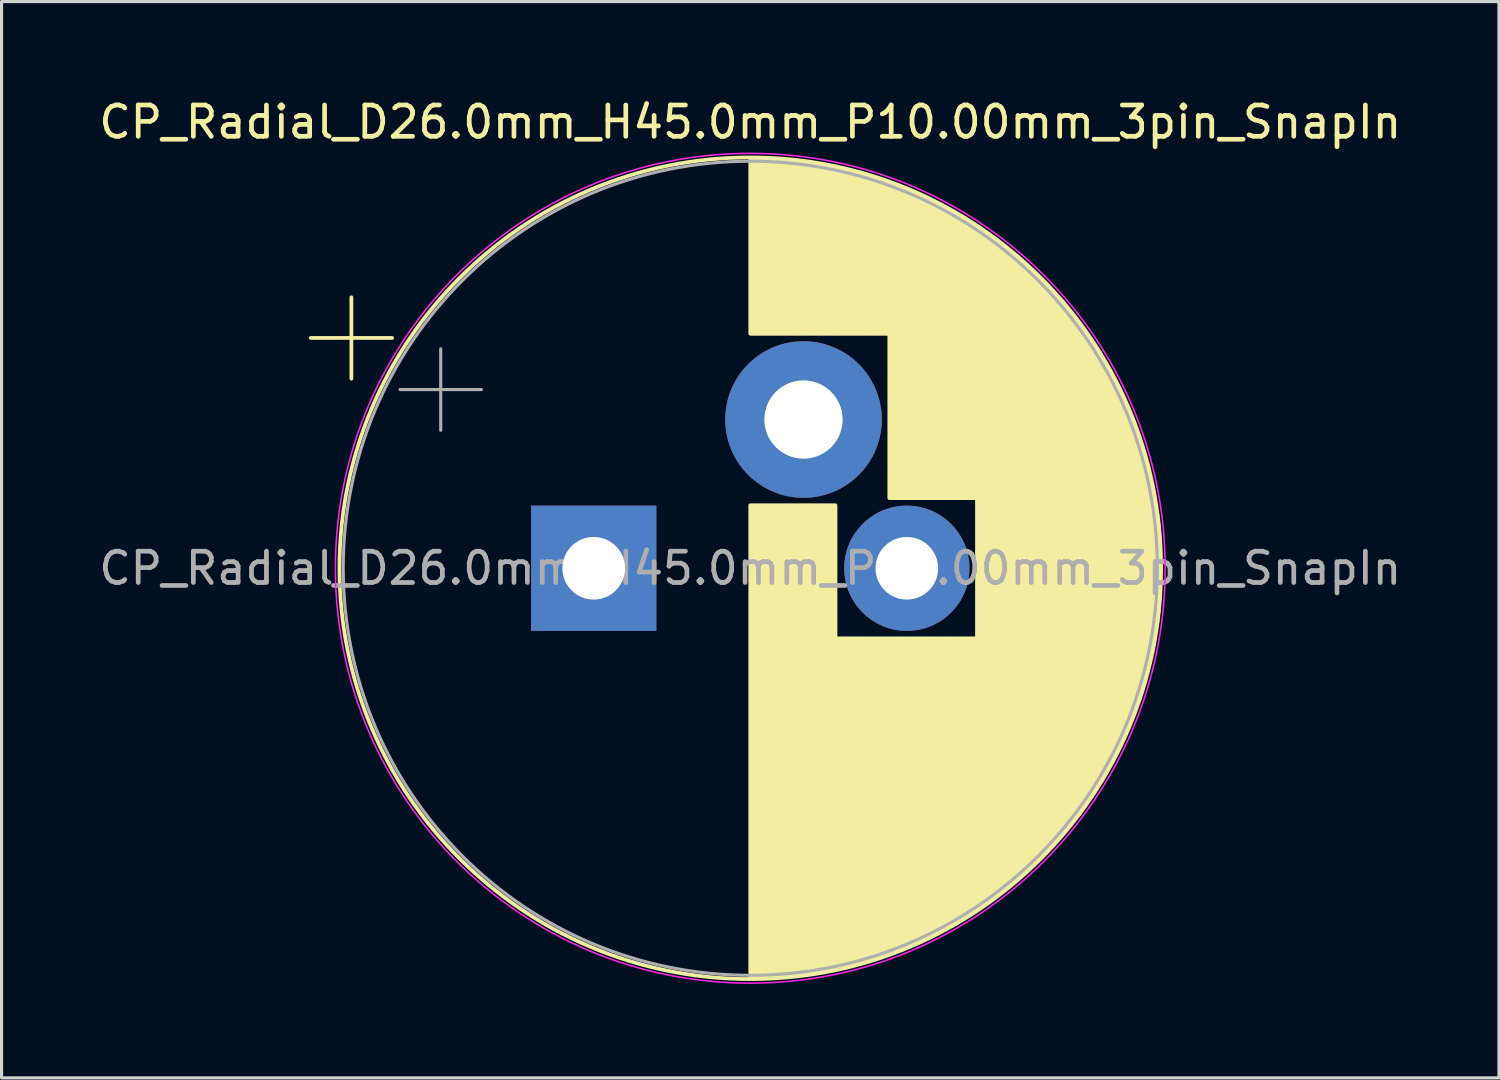
<source format=kicad_pcb>
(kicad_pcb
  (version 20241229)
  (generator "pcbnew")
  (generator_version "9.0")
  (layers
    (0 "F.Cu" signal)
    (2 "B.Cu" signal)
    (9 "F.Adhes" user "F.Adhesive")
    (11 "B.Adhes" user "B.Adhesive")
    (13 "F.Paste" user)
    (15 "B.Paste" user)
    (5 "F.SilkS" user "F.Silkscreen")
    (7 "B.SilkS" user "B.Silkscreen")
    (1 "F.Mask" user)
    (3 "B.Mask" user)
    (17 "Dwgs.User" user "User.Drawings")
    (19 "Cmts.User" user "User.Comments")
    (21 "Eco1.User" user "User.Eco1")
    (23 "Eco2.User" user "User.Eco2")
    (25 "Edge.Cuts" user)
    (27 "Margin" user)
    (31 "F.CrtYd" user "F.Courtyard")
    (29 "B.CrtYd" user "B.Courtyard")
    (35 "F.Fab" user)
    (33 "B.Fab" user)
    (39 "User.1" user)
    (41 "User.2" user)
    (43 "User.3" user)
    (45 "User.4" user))
  (footprint "CP_Radial_D26.0mm_H45.0mm_P10.00mm_3pin_SnapIn"
    (layer "F.Cu")
    (at 15.911 15.098)
    (property "Reference" "CP_Radial_D26.0mm_H45.0mm_P10.00mm_3pin_SnapIn" (at 5 -14.25 0) (layer "F.SilkS") (effects (font (size 1 1) (thickness 0.15))))
    (attr through_hole)
    (fp_line (start -9.039 -7.355) (end -6.439 -7.355) (stroke (width 0.12) (type solid)) (layer "F.SilkS"))
    (fp_line (start -7.739 -8.655) (end -7.739 -6.055) (stroke (width 0.12) (type solid)) (layer "F.SilkS"))
    (fp_line (start 5 -13.081) (end 5 -7.49) (stroke (width 0.12) (type solid)) (layer "F.SilkS"))
    (fp_line (start 5 -2.01) (end 5 13.081) (stroke (width 0.12) (type solid)) (layer "F.SilkS"))
    (fp_line (start 5.04 -13.08) (end 5.04 -7.49) (stroke (width 0.12) (type solid)) (layer "F.SilkS"))
    (fp_line (start 5.04 -2.01) (end 5.04 13.08) (stroke (width 0.12) (type solid)) (layer "F.SilkS"))
    (fp_line (start 5.08 -13.08) (end 5.08 -7.49) (stroke (width 0.12) (type solid)) (layer "F.SilkS"))
    (fp_line (start 5.08 -2.01) (end 5.08 13.08) (stroke (width 0.12) (type solid)) (layer "F.SilkS"))
    (fp_line (start 5.12 -13.08) (end 5.12 -7.49) (stroke (width 0.12) (type solid)) (layer "F.SilkS"))
    (fp_line (start 5.12 -2.01) (end 5.12 13.08) (stroke (width 0.12) (type solid)) (layer "F.SilkS"))
    (fp_line (start 5.16 -13.08) (end 5.16 -7.49) (stroke (width 0.12) (type solid)) (layer "F.SilkS"))
    (fp_line (start 5.16 -2.01) (end 5.16 13.08) (stroke (width 0.12) (type solid)) (layer "F.SilkS"))
    (fp_line (start 5.2 -13.079) (end 5.2 -7.49) (stroke (width 0.12) (type solid)) (layer "F.SilkS"))
    (fp_line (start 5.2 -2.01) (end 5.2 13.079) (stroke (width 0.12) (type solid)) (layer "F.SilkS"))
    (fp_line (start 5.24 -13.078) (end 5.24 -7.49) (stroke (width 0.12) (type solid)) (layer "F.SilkS"))
    (fp_line (start 5.24 -2.01) (end 5.24 13.078) (stroke (width 0.12) (type solid)) (layer "F.SilkS"))
    (fp_line (start 5.28 -13.078) (end 5.28 -7.49) (stroke (width 0.12) (type solid)) (layer "F.SilkS"))
    (fp_line (start 5.28 -2.01) (end 5.28 13.078) (stroke (width 0.12) (type solid)) (layer "F.SilkS"))
    (fp_line (start 5.32 -13.077) (end 5.32 -7.49) (stroke (width 0.12) (type solid)) (layer "F.SilkS"))
    (fp_line (start 5.32 -2.01) (end 5.32 13.077) (stroke (width 0.12) (type solid)) (layer "F.SilkS"))
    (fp_line (start 5.36 -13.076) (end 5.36 -7.49) (stroke (width 0.12) (type solid)) (layer "F.SilkS"))
    (fp_line (start 5.36 -2.01) (end 5.36 13.076) (stroke (width 0.12) (type solid)) (layer "F.SilkS"))
    (fp_line (start 5.4 -13.074) (end 5.4 -7.49) (stroke (width 0.12) (type solid)) (layer "F.SilkS"))
    (fp_line (start 5.4 -2.01) (end 5.4 13.074) (stroke (width 0.12) (type solid)) (layer "F.SilkS"))
    (fp_line (start 5.44 -13.073) (end 5.44 -7.49) (stroke (width 0.12) (type solid)) (layer "F.SilkS"))
    (fp_line (start 5.44 -2.01) (end 5.44 13.073) (stroke (width 0.12) (type solid)) (layer "F.SilkS"))
    (fp_line (start 5.48 -13.072) (end 5.48 -7.49) (stroke (width 0.12) (type solid)) (layer "F.SilkS"))
    (fp_line (start 5.48 -2.01) (end 5.48 13.072) (stroke (width 0.12) (type solid)) (layer "F.SilkS"))
    (fp_line (start 5.52 -13.07) (end 5.52 -7.49) (stroke (width 0.12) (type solid)) (layer "F.SilkS"))
    (fp_line (start 5.52 -2.01) (end 5.52 13.07) (stroke (width 0.12) (type solid)) (layer "F.SilkS"))
    (fp_line (start 5.56 -13.069) (end 5.56 -7.49) (stroke (width 0.12) (type solid)) (layer "F.SilkS"))
    (fp_line (start 5.56 -2.01) (end 5.56 13.069) (stroke (width 0.12) (type solid)) (layer "F.SilkS"))
    (fp_line (start 5.6 -13.067) (end 5.6 -7.49) (stroke (width 0.12) (type solid)) (layer "F.SilkS"))
    (fp_line (start 5.6 -2.01) (end 5.6 13.067) (stroke (width 0.12) (type solid)) (layer "F.SilkS"))
    (fp_line (start 5.64 -13.065) (end 5.64 -7.49) (stroke (width 0.12) (type solid)) (layer "F.SilkS"))
    (fp_line (start 5.64 -2.01) (end 5.64 13.065) (stroke (width 0.12) (type solid)) (layer "F.SilkS"))
    (fp_line (start 5.68 -13.063) (end 5.68 -7.49) (stroke (width 0.12) (type solid)) (layer "F.SilkS"))
    (fp_line (start 5.68 -2.01) (end 5.68 13.063) (stroke (width 0.12) (type solid)) (layer "F.SilkS"))
    (fp_line (start 5.721 -13.061) (end 5.721 -7.49) (stroke (width 0.12) (type solid)) (layer "F.SilkS"))
    (fp_line (start 5.721 -2.01) (end 5.721 13.061) (stroke (width 0.12) (type solid)) (layer "F.SilkS"))
    (fp_line (start 5.761 -13.058) (end 5.761 -7.49) (stroke (width 0.12) (type solid)) (layer "F.SilkS"))
    (fp_line (start 5.761 -2.01) (end 5.761 13.058) (stroke (width 0.12) (type solid)) (layer "F.SilkS"))
    (fp_line (start 5.801 -13.056) (end 5.801 -7.49) (stroke (width 0.12) (type solid)) (layer "F.SilkS"))
    (fp_line (start 5.801 -2.01) (end 5.801 13.056) (stroke (width 0.12) (type solid)) (layer "F.SilkS"))
    (fp_line (start 5.841 -13.054) (end 5.841 -7.49) (stroke (width 0.12) (type solid)) (layer "F.SilkS"))
    (fp_line (start 5.841 -2.01) (end 5.841 13.054) (stroke (width 0.12) (type solid)) (layer "F.SilkS"))
    (fp_line (start 5.881 -13.051) (end 5.881 -7.49) (stroke (width 0.12) (type solid)) (layer "F.SilkS"))
    (fp_line (start 5.881 -2.01) (end 5.881 13.051) (stroke (width 0.12) (type solid)) (layer "F.SilkS"))
    (fp_line (start 5.921 -13.048) (end 5.921 -7.49) (stroke (width 0.12) (type solid)) (layer "F.SilkS"))
    (fp_line (start 5.921 -2.01) (end 5.921 13.048) (stroke (width 0.12) (type solid)) (layer "F.SilkS"))
    (fp_line (start 5.961 -13.045) (end 5.961 -7.49) (stroke (width 0.12) (type solid)) (layer "F.SilkS"))
    (fp_line (start 5.961 -2.01) (end 5.961 13.045) (stroke (width 0.12) (type solid)) (layer "F.SilkS"))
    (fp_line (start 6.001 -13.042) (end 6.001 -7.49) (stroke (width 0.12) (type solid)) (layer "F.SilkS"))
    (fp_line (start 6.001 -2.01) (end 6.001 13.042) (stroke (width 0.12) (type solid)) (layer "F.SilkS"))
    (fp_line (start 6.041 -13.039) (end 6.041 -7.49) (stroke (width 0.12) (type solid)) (layer "F.SilkS"))
    (fp_line (start 6.041 -2.01) (end 6.041 13.039) (stroke (width 0.12) (type solid)) (layer "F.SilkS"))
    (fp_line (start 6.081 -13.036) (end 6.081 -7.49) (stroke (width 0.12) (type solid)) (layer "F.SilkS"))
    (fp_line (start 6.081 -2.01) (end 6.081 13.036) (stroke (width 0.12) (type solid)) (layer "F.SilkS"))
    (fp_line (start 6.121 -13.033) (end 6.121 -7.49) (stroke (width 0.12) (type solid)) (layer "F.SilkS"))
    (fp_line (start 6.121 -2.01) (end 6.121 13.033) (stroke (width 0.12) (type solid)) (layer "F.SilkS"))
    (fp_line (start 6.161 -13.029) (end 6.161 -7.49) (stroke (width 0.12) (type solid)) (layer "F.SilkS"))
    (fp_line (start 6.161 -2.01) (end 6.161 13.029) (stroke (width 0.12) (type solid)) (layer "F.SilkS"))
    (fp_line (start 6.201 -13.026) (end 6.201 -7.49) (stroke (width 0.12) (type solid)) (layer "F.SilkS"))
    (fp_line (start 6.201 -2.01) (end 6.201 13.026) (stroke (width 0.12) (type solid)) (layer "F.SilkS"))
    (fp_line (start 6.241 -13.022) (end 6.241 -7.49) (stroke (width 0.12) (type solid)) (layer "F.SilkS"))
    (fp_line (start 6.241 -2.01) (end 6.241 13.022) (stroke (width 0.12) (type solid)) (layer "F.SilkS"))
    (fp_line (start 6.281 -13.018) (end 6.281 -7.49) (stroke (width 0.12) (type solid)) (layer "F.SilkS"))
    (fp_line (start 6.281 -2.01) (end 6.281 13.018) (stroke (width 0.12) (type solid)) (layer "F.SilkS"))
    (fp_line (start 6.321 -13.014) (end 6.321 -7.49) (stroke (width 0.12) (type solid)) (layer "F.SilkS"))
    (fp_line (start 6.321 -2.01) (end 6.321 13.014) (stroke (width 0.12) (type solid)) (layer "F.SilkS"))
    (fp_line (start 6.361 -13.01) (end 6.361 -7.49) (stroke (width 0.12) (type solid)) (layer "F.SilkS"))
    (fp_line (start 6.361 -2.01) (end 6.361 13.01) (stroke (width 0.12) (type solid)) (layer "F.SilkS"))
    (fp_line (start 6.401 -13.006) (end 6.401 -7.49) (stroke (width 0.12) (type solid)) (layer "F.SilkS"))
    (fp_line (start 6.401 -2.01) (end 6.401 13.006) (stroke (width 0.12) (type solid)) (layer "F.SilkS"))
    (fp_line (start 6.441 -13.001) (end 6.441 -7.49) (stroke (width 0.12) (type solid)) (layer "F.SilkS"))
    (fp_line (start 6.441 -2.01) (end 6.441 13.001) (stroke (width 0.12) (type solid)) (layer "F.SilkS"))
    (fp_line (start 6.481 -12.997) (end 6.481 -7.49) (stroke (width 0.12) (type solid)) (layer "F.SilkS"))
    (fp_line (start 6.481 -2.01) (end 6.481 12.997) (stroke (width 0.12) (type solid)) (layer "F.SilkS"))
    (fp_line (start 6.521 -12.992) (end 6.521 -7.49) (stroke (width 0.12) (type solid)) (layer "F.SilkS"))
    (fp_line (start 6.521 -2.01) (end 6.521 12.992) (stroke (width 0.12) (type solid)) (layer "F.SilkS"))
    (fp_line (start 6.561 -12.987) (end 6.561 -7.49) (stroke (width 0.12) (type solid)) (layer "F.SilkS"))
    (fp_line (start 6.561 -2.01) (end 6.561 12.987) (stroke (width 0.12) (type solid)) (layer "F.SilkS"))
    (fp_line (start 6.601 -12.983) (end 6.601 -7.49) (stroke (width 0.12) (type solid)) (layer "F.SilkS"))
    (fp_line (start 6.601 -2.01) (end 6.601 12.983) (stroke (width 0.12) (type solid)) (layer "F.SilkS"))
    (fp_line (start 6.641 -12.978) (end 6.641 -7.49) (stroke (width 0.12) (type solid)) (layer "F.SilkS"))
    (fp_line (start 6.641 -2.01) (end 6.641 12.978) (stroke (width 0.12) (type solid)) (layer "F.SilkS"))
    (fp_line (start 6.681 -12.972) (end 6.681 -7.49) (stroke (width 0.12) (type solid)) (layer "F.SilkS"))
    (fp_line (start 6.681 -2.01) (end 6.681 12.972) (stroke (width 0.12) (type solid)) (layer "F.SilkS"))
    (fp_line (start 6.721 -12.967) (end 6.721 -7.49) (stroke (width 0.12) (type solid)) (layer "F.SilkS"))
    (fp_line (start 6.721 -2.01) (end 6.721 12.967) (stroke (width 0.12) (type solid)) (layer "F.SilkS"))
    (fp_line (start 6.761 -12.962) (end 6.761 -7.49) (stroke (width 0.12) (type solid)) (layer "F.SilkS"))
    (fp_line (start 6.761 -2.01) (end 6.761 12.962) (stroke (width 0.12) (type solid)) (layer "F.SilkS"))
    (fp_line (start 6.801 -12.956) (end 6.801 -7.49) (stroke (width 0.12) (type solid)) (layer "F.SilkS"))
    (fp_line (start 6.801 -2.01) (end 6.801 12.956) (stroke (width 0.12) (type solid)) (layer "F.SilkS"))
    (fp_line (start 6.841 -12.951) (end 6.841 -7.49) (stroke (width 0.12) (type solid)) (layer "F.SilkS"))
    (fp_line (start 6.841 -2.01) (end 6.841 12.951) (stroke (width 0.12) (type solid)) (layer "F.SilkS"))
    (fp_line (start 6.881 -12.945) (end 6.881 -7.49) (stroke (width 0.12) (type solid)) (layer "F.SilkS"))
    (fp_line (start 6.881 -2.01) (end 6.881 12.945) (stroke (width 0.12) (type solid)) (layer "F.SilkS"))
    (fp_line (start 6.921 -12.939) (end 6.921 -7.49) (stroke (width 0.12) (type solid)) (layer "F.SilkS"))
    (fp_line (start 6.921 -2.01) (end 6.921 12.939) (stroke (width 0.12) (type solid)) (layer "F.SilkS"))
    (fp_line (start 6.961 -12.933) (end 6.961 -7.49) (stroke (width 0.12) (type solid)) (layer "F.SilkS"))
    (fp_line (start 6.961 -2.01) (end 6.961 12.933) (stroke (width 0.12) (type solid)) (layer "F.SilkS"))
    (fp_line (start 7.001 -12.927) (end 7.001 -7.49) (stroke (width 0.12) (type solid)) (layer "F.SilkS"))
    (fp_line (start 7.001 -2.01) (end 7.001 12.927) (stroke (width 0.12) (type solid)) (layer "F.SilkS"))
    (fp_line (start 7.041 -12.921) (end 7.041 -7.49) (stroke (width 0.12) (type solid)) (layer "F.SilkS"))
    (fp_line (start 7.041 -2.01) (end 7.041 12.921) (stroke (width 0.12) (type solid)) (layer "F.SilkS"))
    (fp_line (start 7.081 -12.915) (end 7.081 -7.49) (stroke (width 0.12) (type solid)) (layer "F.SilkS"))
    (fp_line (start 7.081 -2.01) (end 7.081 12.915) (stroke (width 0.12) (type solid)) (layer "F.SilkS"))
    (fp_line (start 7.121 -12.908) (end 7.121 -7.49) (stroke (width 0.12) (type solid)) (layer "F.SilkS"))
    (fp_line (start 7.121 -2.01) (end 7.121 12.908) (stroke (width 0.12) (type solid)) (layer "F.SilkS"))
    (fp_line (start 7.161 -12.901) (end 7.161 -7.49) (stroke (width 0.12) (type solid)) (layer "F.SilkS"))
    (fp_line (start 7.161 -2.01) (end 7.161 12.901) (stroke (width 0.12) (type solid)) (layer "F.SilkS"))
    (fp_line (start 7.201 -12.895) (end 7.201 -7.49) (stroke (width 0.12) (type solid)) (layer "F.SilkS"))
    (fp_line (start 7.201 -2.01) (end 7.201 12.895) (stroke (width 0.12) (type solid)) (layer "F.SilkS"))
    (fp_line (start 7.241 -12.888) (end 7.241 -7.49) (stroke (width 0.12) (type solid)) (layer "F.SilkS"))
    (fp_line (start 7.241 -2.01) (end 7.241 12.888) (stroke (width 0.12) (type solid)) (layer "F.SilkS"))
    (fp_line (start 7.281 -12.881) (end 7.281 -7.49) (stroke (width 0.12) (type solid)) (layer "F.SilkS"))
    (fp_line (start 7.281 -2.01) (end 7.281 12.881) (stroke (width 0.12) (type solid)) (layer "F.SilkS"))
    (fp_line (start 7.321 -12.874) (end 7.321 -7.49) (stroke (width 0.12) (type solid)) (layer "F.SilkS"))
    (fp_line (start 7.321 -2.01) (end 7.321 12.874) (stroke (width 0.12) (type solid)) (layer "F.SilkS"))
    (fp_line (start 7.361 -12.866) (end 7.361 -7.49) (stroke (width 0.12) (type solid)) (layer "F.SilkS"))
    (fp_line (start 7.361 -2.01) (end 7.361 12.866) (stroke (width 0.12) (type solid)) (layer "F.SilkS"))
    (fp_line (start 7.401 -12.859) (end 7.401 -7.49) (stroke (width 0.12) (type solid)) (layer "F.SilkS"))
    (fp_line (start 7.401 -2.01) (end 7.401 12.859) (stroke (width 0.12) (type solid)) (layer "F.SilkS"))
    (fp_line (start 7.441 -12.852) (end 7.441 -7.49) (stroke (width 0.12) (type solid)) (layer "F.SilkS"))
    (fp_line (start 7.441 -2.01) (end 7.441 12.852) (stroke (width 0.12) (type solid)) (layer "F.SilkS"))
    (fp_line (start 7.481 -12.844) (end 7.481 -7.49) (stroke (width 0.12) (type solid)) (layer "F.SilkS"))
    (fp_line (start 7.481 -2.01) (end 7.481 12.844) (stroke (width 0.12) (type solid)) (layer "F.SilkS"))
    (fp_line (start 7.521 -12.836) (end 7.521 -7.49) (stroke (width 0.12) (type solid)) (layer "F.SilkS"))
    (fp_line (start 7.521 -2.01) (end 7.521 12.836) (stroke (width 0.12) (type solid)) (layer "F.SilkS"))
    (fp_line (start 7.561 -12.828) (end 7.561 -7.49) (stroke (width 0.12) (type solid)) (layer "F.SilkS"))
    (fp_line (start 7.561 -2.01) (end 7.561 12.828) (stroke (width 0.12) (type solid)) (layer "F.SilkS"))
    (fp_line (start 7.601 -12.82) (end 7.601 -7.49) (stroke (width 0.12) (type solid)) (layer "F.SilkS"))
    (fp_line (start 7.601 -2.01) (end 7.601 12.82) (stroke (width 0.12) (type solid)) (layer "F.SilkS"))
    (fp_line (start 7.641 -12.812) (end 7.641 -7.49) (stroke (width 0.12) (type solid)) (layer "F.SilkS"))
    (fp_line (start 7.641 -2.01) (end 7.641 12.812) (stroke (width 0.12) (type solid)) (layer "F.SilkS"))
    (fp_line (start 7.681 -12.804) (end 7.681 -7.49) (stroke (width 0.12) (type solid)) (layer "F.SilkS"))
    (fp_line (start 7.681 -2.01) (end 7.681 12.804) (stroke (width 0.12) (type solid)) (layer "F.SilkS"))
    (fp_line (start 7.721 -12.795) (end 7.721 -7.49) (stroke (width 0.12) (type solid)) (layer "F.SilkS"))
    (fp_line (start 7.721 -2.01) (end 7.721 12.795) (stroke (width 0.12) (type solid)) (layer "F.SilkS"))
    (fp_line (start 7.761 -12.787) (end 7.761 -7.49) (stroke (width 0.12) (type solid)) (layer "F.SilkS"))
    (fp_line (start 7.761 2.24) (end 7.761 12.787) (stroke (width 0.12) (type solid)) (layer "F.SilkS"))
    (fp_line (start 7.801 -12.778) (end 7.801 -7.49) (stroke (width 0.12) (type solid)) (layer "F.SilkS"))
    (fp_line (start 7.801 2.24) (end 7.801 12.778) (stroke (width 0.12) (type solid)) (layer "F.SilkS"))
    (fp_line (start 7.841 -12.769) (end 7.841 -7.49) (stroke (width 0.12) (type solid)) (layer "F.SilkS"))
    (fp_line (start 7.841 2.24) (end 7.841 12.769) (stroke (width 0.12) (type solid)) (layer "F.SilkS"))
    (fp_line (start 7.881 -12.761) (end 7.881 -7.49) (stroke (width 0.12) (type solid)) (layer "F.SilkS"))
    (fp_line (start 7.881 2.24) (end 7.881 12.761) (stroke (width 0.12) (type solid)) (layer "F.SilkS"))
    (fp_line (start 7.921 -12.751) (end 7.921 -7.49) (stroke (width 0.12) (type solid)) (layer "F.SilkS"))
    (fp_line (start 7.921 2.24) (end 7.921 12.751) (stroke (width 0.12) (type solid)) (layer "F.SilkS"))
    (fp_line (start 7.961 -12.742) (end 7.961 -7.49) (stroke (width 0.12) (type solid)) (layer "F.SilkS"))
    (fp_line (start 7.961 2.24) (end 7.961 12.742) (stroke (width 0.12) (type solid)) (layer "F.SilkS"))
    (fp_line (start 8.001 -12.733) (end 8.001 -7.49) (stroke (width 0.12) (type solid)) (layer "F.SilkS"))
    (fp_line (start 8.001 2.24) (end 8.001 12.733) (stroke (width 0.12) (type solid)) (layer "F.SilkS"))
    (fp_line (start 8.041 -12.723) (end 8.041 -7.49) (stroke (width 0.12) (type solid)) (layer "F.SilkS"))
    (fp_line (start 8.041 2.24) (end 8.041 12.723) (stroke (width 0.12) (type solid)) (layer "F.SilkS"))
    (fp_line (start 8.081 -12.714) (end 8.081 -7.49) (stroke (width 0.12) (type solid)) (layer "F.SilkS"))
    (fp_line (start 8.081 2.24) (end 8.081 12.714) (stroke (width 0.12) (type solid)) (layer "F.SilkS"))
    (fp_line (start 8.121 -12.704) (end 8.121 -7.49) (stroke (width 0.12) (type solid)) (layer "F.SilkS"))
    (fp_line (start 8.121 2.24) (end 8.121 12.704) (stroke (width 0.12) (type solid)) (layer "F.SilkS"))
    (fp_line (start 8.161 -12.694) (end 8.161 -7.49) (stroke (width 0.12) (type solid)) (layer "F.SilkS"))
    (fp_line (start 8.161 2.24) (end 8.161 12.694) (stroke (width 0.12) (type solid)) (layer "F.SilkS"))
    (fp_line (start 8.201 -12.684) (end 8.201 -7.49) (stroke (width 0.12) (type solid)) (layer "F.SilkS"))
    (fp_line (start 8.201 2.24) (end 8.201 12.684) (stroke (width 0.12) (type solid)) (layer "F.SilkS"))
    (fp_line (start 8.241 -12.674) (end 8.241 -7.49) (stroke (width 0.12) (type solid)) (layer "F.SilkS"))
    (fp_line (start 8.241 2.24) (end 8.241 12.674) (stroke (width 0.12) (type solid)) (layer "F.SilkS"))
    (fp_line (start 8.281 -12.664) (end 8.281 -7.49) (stroke (width 0.12) (type solid)) (layer "F.SilkS"))
    (fp_line (start 8.281 2.24) (end 8.281 12.664) (stroke (width 0.12) (type solid)) (layer "F.SilkS"))
    (fp_line (start 8.321 -12.653) (end 8.321 -7.49) (stroke (width 0.12) (type solid)) (layer "F.SilkS"))
    (fp_line (start 8.321 2.24) (end 8.321 12.653) (stroke (width 0.12) (type solid)) (layer "F.SilkS"))
    (fp_line (start 8.361 -12.643) (end 8.361 -7.49) (stroke (width 0.12) (type solid)) (layer "F.SilkS"))
    (fp_line (start 8.361 2.24) (end 8.361 12.643) (stroke (width 0.12) (type solid)) (layer "F.SilkS"))
    (fp_line (start 8.401 -12.632) (end 8.401 -7.49) (stroke (width 0.12) (type solid)) (layer "F.SilkS"))
    (fp_line (start 8.401 2.24) (end 8.401 12.632) (stroke (width 0.12) (type solid)) (layer "F.SilkS"))
    (fp_line (start 8.441 -12.621) (end 8.441 -7.49) (stroke (width 0.12) (type solid)) (layer "F.SilkS"))
    (fp_line (start 8.441 2.24) (end 8.441 12.621) (stroke (width 0.12) (type solid)) (layer "F.SilkS"))
    (fp_line (start 8.481 -12.611) (end 8.481 -7.49) (stroke (width 0.12) (type solid)) (layer "F.SilkS"))
    (fp_line (start 8.481 2.24) (end 8.481 12.611) (stroke (width 0.12) (type solid)) (layer "F.SilkS"))
    (fp_line (start 8.521 -12.599) (end 8.521 -7.49) (stroke (width 0.12) (type solid)) (layer "F.SilkS"))
    (fp_line (start 8.521 2.24) (end 8.521 12.599) (stroke (width 0.12) (type solid)) (layer "F.SilkS"))
    (fp_line (start 8.561 -12.588) (end 8.561 -7.49) (stroke (width 0.12) (type solid)) (layer "F.SilkS"))
    (fp_line (start 8.561 2.24) (end 8.561 12.588) (stroke (width 0.12) (type solid)) (layer "F.SilkS"))
    (fp_line (start 8.601 -12.577) (end 8.601 -7.49) (stroke (width 0.12) (type solid)) (layer "F.SilkS"))
    (fp_line (start 8.601 2.24) (end 8.601 12.577) (stroke (width 0.12) (type solid)) (layer "F.SilkS"))
    (fp_line (start 8.641 -12.565) (end 8.641 -7.49) (stroke (width 0.12) (type solid)) (layer "F.SilkS"))
    (fp_line (start 8.641 2.24) (end 8.641 12.565) (stroke (width 0.12) (type solid)) (layer "F.SilkS"))
    (fp_line (start 8.681 -12.554) (end 8.681 -7.49) (stroke (width 0.12) (type solid)) (layer "F.SilkS"))
    (fp_line (start 8.681 2.24) (end 8.681 12.554) (stroke (width 0.12) (type solid)) (layer "F.SilkS"))
    (fp_line (start 8.721 -12.542) (end 8.721 -7.49) (stroke (width 0.12) (type solid)) (layer "F.SilkS"))
    (fp_line (start 8.721 2.24) (end 8.721 12.542) (stroke (width 0.12) (type solid)) (layer "F.SilkS"))
    (fp_line (start 8.761 -12.53) (end 8.761 -7.49) (stroke (width 0.12) (type solid)) (layer "F.SilkS"))
    (fp_line (start 8.761 2.24) (end 8.761 12.53) (stroke (width 0.12) (type solid)) (layer "F.SilkS"))
    (fp_line (start 8.801 -12.518) (end 8.801 -7.49) (stroke (width 0.12) (type solid)) (layer "F.SilkS"))
    (fp_line (start 8.801 2.24) (end 8.801 12.518) (stroke (width 0.12) (type solid)) (layer "F.SilkS"))
    (fp_line (start 8.841 -12.506) (end 8.841 -7.49) (stroke (width 0.12) (type solid)) (layer "F.SilkS"))
    (fp_line (start 8.841 2.24) (end 8.841 12.506) (stroke (width 0.12) (type solid)) (layer "F.SilkS"))
    (fp_line (start 8.881 -12.494) (end 8.881 -7.49) (stroke (width 0.12) (type solid)) (layer "F.SilkS"))
    (fp_line (start 8.881 2.24) (end 8.881 12.494) (stroke (width 0.12) (type solid)) (layer "F.SilkS"))
    (fp_line (start 8.921 -12.481) (end 8.921 -7.49) (stroke (width 0.12) (type solid)) (layer "F.SilkS"))
    (fp_line (start 8.921 2.24) (end 8.921 12.481) (stroke (width 0.12) (type solid)) (layer "F.SilkS"))
    (fp_line (start 8.961 -12.469) (end 8.961 -7.49) (stroke (width 0.12) (type solid)) (layer "F.SilkS"))
    (fp_line (start 8.961 2.24) (end 8.961 12.469) (stroke (width 0.12) (type solid)) (layer "F.SilkS"))
    (fp_line (start 9.001 -12.456) (end 9.001 -7.49) (stroke (width 0.12) (type solid)) (layer "F.SilkS"))
    (fp_line (start 9.001 2.24) (end 9.001 12.456) (stroke (width 0.12) (type solid)) (layer "F.SilkS"))
    (fp_line (start 9.041 -12.443) (end 9.041 -7.49) (stroke (width 0.12) (type solid)) (layer "F.SilkS"))
    (fp_line (start 9.041 2.24) (end 9.041 12.443) (stroke (width 0.12) (type solid)) (layer "F.SilkS"))
    (fp_line (start 9.081 -12.43) (end 9.081 -7.49) (stroke (width 0.12) (type solid)) (layer "F.SilkS"))
    (fp_line (start 9.081 2.24) (end 9.081 12.43) (stroke (width 0.12) (type solid)) (layer "F.SilkS"))
    (fp_line (start 9.121 -12.417) (end 9.121 -7.49) (stroke (width 0.12) (type solid)) (layer "F.SilkS"))
    (fp_line (start 9.121 2.24) (end 9.121 12.417) (stroke (width 0.12) (type solid)) (layer "F.SilkS"))
    (fp_line (start 9.161 -12.404) (end 9.161 -7.49) (stroke (width 0.12) (type solid)) (layer "F.SilkS"))
    (fp_line (start 9.161 2.24) (end 9.161 12.404) (stroke (width 0.12) (type solid)) (layer "F.SilkS"))
    (fp_line (start 9.201 -12.39) (end 9.201 -7.49) (stroke (width 0.12) (type solid)) (layer "F.SilkS"))
    (fp_line (start 9.201 2.24) (end 9.201 12.39) (stroke (width 0.12) (type solid)) (layer "F.SilkS"))
    (fp_line (start 9.241 -12.376) (end 9.241 -7.49) (stroke (width 0.12) (type solid)) (layer "F.SilkS"))
    (fp_line (start 9.241 2.24) (end 9.241 12.376) (stroke (width 0.12) (type solid)) (layer "F.SilkS"))
    (fp_line (start 9.281 -12.363) (end 9.281 -7.49) (stroke (width 0.12) (type solid)) (layer "F.SilkS"))
    (fp_line (start 9.281 2.24) (end 9.281 12.363) (stroke (width 0.12) (type solid)) (layer "F.SilkS"))
    (fp_line (start 9.321 -12.349) (end 9.321 -7.49) (stroke (width 0.12) (type solid)) (layer "F.SilkS"))
    (fp_line (start 9.321 2.24) (end 9.321 12.349) (stroke (width 0.12) (type solid)) (layer "F.SilkS"))
    (fp_line (start 9.361 -12.335) (end 9.361 -7.49) (stroke (width 0.12) (type solid)) (layer "F.SilkS"))
    (fp_line (start 9.361 2.24) (end 9.361 12.335) (stroke (width 0.12) (type solid)) (layer "F.SilkS"))
    (fp_line (start 9.401 -12.321) (end 9.401 -7.49) (stroke (width 0.12) (type solid)) (layer "F.SilkS"))
    (fp_line (start 9.401 2.24) (end 9.401 12.321) (stroke (width 0.12) (type solid)) (layer "F.SilkS"))
    (fp_line (start 9.441 -12.306) (end 9.441 -2.24) (stroke (width 0.12) (type solid)) (layer "F.SilkS"))
    (fp_line (start 9.441 2.24) (end 9.441 12.306) (stroke (width 0.12) (type solid)) (layer "F.SilkS"))
    (fp_line (start 9.481 -12.292) (end 9.481 -2.24) (stroke (width 0.12) (type solid)) (layer "F.SilkS"))
    (fp_line (start 9.481 2.24) (end 9.481 12.292) (stroke (width 0.12) (type solid)) (layer "F.SilkS"))
    (fp_line (start 9.521 -12.277) (end 9.521 -2.24) (stroke (width 0.12) (type solid)) (layer "F.SilkS"))
    (fp_line (start 9.521 2.24) (end 9.521 12.277) (stroke (width 0.12) (type solid)) (layer "F.SilkS"))
    (fp_line (start 9.561 -12.263) (end 9.561 -2.24) (stroke (width 0.12) (type solid)) (layer "F.SilkS"))
    (fp_line (start 9.561 2.24) (end 9.561 12.263) (stroke (width 0.12) (type solid)) (layer "F.SilkS"))
    (fp_line (start 9.601 -12.248) (end 9.601 -2.24) (stroke (width 0.12) (type solid)) (layer "F.SilkS"))
    (fp_line (start 9.601 2.24) (end 9.601 12.248) (stroke (width 0.12) (type solid)) (layer "F.SilkS"))
    (fp_line (start 9.641 -12.233) (end 9.641 -2.24) (stroke (width 0.12) (type solid)) (layer "F.SilkS"))
    (fp_line (start 9.641 2.24) (end 9.641 12.233) (stroke (width 0.12) (type solid)) (layer "F.SilkS"))
    (fp_line (start 9.681 -12.217) (end 9.681 -2.24) (stroke (width 0.12) (type solid)) (layer "F.SilkS"))
    (fp_line (start 9.681 2.24) (end 9.681 12.217) (stroke (width 0.12) (type solid)) (layer "F.SilkS"))
    (fp_line (start 9.721 -12.202) (end 9.721 -2.24) (stroke (width 0.12) (type solid)) (layer "F.SilkS"))
    (fp_line (start 9.721 2.24) (end 9.721 12.202) (stroke (width 0.12) (type solid)) (layer "F.SilkS"))
    (fp_line (start 9.761 -12.187) (end 9.761 -2.24) (stroke (width 0.12) (type solid)) (layer "F.SilkS"))
    (fp_line (start 9.761 2.24) (end 9.761 12.187) (stroke (width 0.12) (type solid)) (layer "F.SilkS"))
    (fp_line (start 9.801 -12.171) (end 9.801 -2.24) (stroke (width 0.12) (type solid)) (layer "F.SilkS"))
    (fp_line (start 9.801 2.24) (end 9.801 12.171) (stroke (width 0.12) (type solid)) (layer "F.SilkS"))
    (fp_line (start 9.841 -12.155) (end 9.841 -2.24) (stroke (width 0.12) (type solid)) (layer "F.SilkS"))
    (fp_line (start 9.841 2.24) (end 9.841 12.155) (stroke (width 0.12) (type solid)) (layer "F.SilkS"))
    (fp_line (start 9.881 -12.139) (end 9.881 -2.24) (stroke (width 0.12) (type solid)) (layer "F.SilkS"))
    (fp_line (start 9.881 2.24) (end 9.881 12.139) (stroke (width 0.12) (type solid)) (layer "F.SilkS"))
    (fp_line (start 9.921 -12.123) (end 9.921 -2.24) (stroke (width 0.12) (type solid)) (layer "F.SilkS"))
    (fp_line (start 9.921 2.24) (end 9.921 12.123) (stroke (width 0.12) (type solid)) (layer "F.SilkS"))
    (fp_line (start 9.961 -12.107) (end 9.961 -2.24) (stroke (width 0.12) (type solid)) (layer "F.SilkS"))
    (fp_line (start 9.961 2.24) (end 9.961 12.107) (stroke (width 0.12) (type solid)) (layer "F.SilkS"))
    (fp_line (start 10.001 -12.09) (end 10.001 -2.24) (stroke (width 0.12) (type solid)) (layer "F.SilkS"))
    (fp_line (start 10.001 2.24) (end 10.001 12.09) (stroke (width 0.12) (type solid)) (layer "F.SilkS"))
    (fp_line (start 10.041 -12.074) (end 10.041 -2.24) (stroke (width 0.12) (type solid)) (layer "F.SilkS"))
    (fp_line (start 10.041 2.24) (end 10.041 12.074) (stroke (width 0.12) (type solid)) (layer "F.SilkS"))
    (fp_line (start 10.081 -12.057) (end 10.081 -2.24) (stroke (width 0.12) (type solid)) (layer "F.SilkS"))
    (fp_line (start 10.081 2.24) (end 10.081 12.057) (stroke (width 0.12) (type solid)) (layer "F.SilkS"))
    (fp_line (start 10.121 -12.04) (end 10.121 -2.24) (stroke (width 0.12) (type solid)) (layer "F.SilkS"))
    (fp_line (start 10.121 2.24) (end 10.121 12.04) (stroke (width 0.12) (type solid)) (layer "F.SilkS"))
    (fp_line (start 10.161 -12.023) (end 10.161 -2.24) (stroke (width 0.12) (type solid)) (layer "F.SilkS"))
    (fp_line (start 10.161 2.24) (end 10.161 12.023) (stroke (width 0.12) (type solid)) (layer "F.SilkS"))
    (fp_line (start 10.201 -12.006) (end 10.201 -2.24) (stroke (width 0.12) (type solid)) (layer "F.SilkS"))
    (fp_line (start 10.201 2.24) (end 10.201 12.006) (stroke (width 0.12) (type solid)) (layer "F.SilkS"))
    (fp_line (start 10.241 -11.989) (end 10.241 -2.24) (stroke (width 0.12) (type solid)) (layer "F.SilkS"))
    (fp_line (start 10.241 2.24) (end 10.241 11.989) (stroke (width 0.12) (type solid)) (layer "F.SilkS"))
    (fp_line (start 10.281 -11.971) (end 10.281 -2.24) (stroke (width 0.12) (type solid)) (layer "F.SilkS"))
    (fp_line (start 10.281 2.24) (end 10.281 11.971) (stroke (width 0.12) (type solid)) (layer "F.SilkS"))
    (fp_line (start 10.321 -11.953) (end 10.321 -2.24) (stroke (width 0.12) (type solid)) (layer "F.SilkS"))
    (fp_line (start 10.321 2.24) (end 10.321 11.953) (stroke (width 0.12) (type solid)) (layer "F.SilkS"))
    (fp_line (start 10.361 -11.936) (end 10.361 -2.24) (stroke (width 0.12) (type solid)) (layer "F.SilkS"))
    (fp_line (start 10.361 2.24) (end 10.361 11.936) (stroke (width 0.12) (type solid)) (layer "F.SilkS"))
    (fp_line (start 10.401 -11.918) (end 10.401 -2.24) (stroke (width 0.12) (type solid)) (layer "F.SilkS"))
    (fp_line (start 10.401 2.24) (end 10.401 11.918) (stroke (width 0.12) (type solid)) (layer "F.SilkS"))
    (fp_line (start 10.441 -11.9) (end 10.441 -2.24) (stroke (width 0.12) (type solid)) (layer "F.SilkS"))
    (fp_line (start 10.441 2.24) (end 10.441 11.9) (stroke (width 0.12) (type solid)) (layer "F.SilkS"))
    (fp_line (start 10.481 -11.881) (end 10.481 -2.24) (stroke (width 0.12) (type solid)) (layer "F.SilkS"))
    (fp_line (start 10.481 2.24) (end 10.481 11.881) (stroke (width 0.12) (type solid)) (layer "F.SilkS"))
    (fp_line (start 10.521 -11.863) (end 10.521 -2.24) (stroke (width 0.12) (type solid)) (layer "F.SilkS"))
    (fp_line (start 10.521 2.24) (end 10.521 11.863) (stroke (width 0.12) (type solid)) (layer "F.SilkS"))
    (fp_line (start 10.561 -11.844) (end 10.561 -2.24) (stroke (width 0.12) (type solid)) (layer "F.SilkS"))
    (fp_line (start 10.561 2.24) (end 10.561 11.844) (stroke (width 0.12) (type solid)) (layer "F.SilkS"))
    (fp_line (start 10.601 -11.825) (end 10.601 -2.24) (stroke (width 0.12) (type solid)) (layer "F.SilkS"))
    (fp_line (start 10.601 2.24) (end 10.601 11.825) (stroke (width 0.12) (type solid)) (layer "F.SilkS"))
    (fp_line (start 10.641 -11.806) (end 10.641 -2.24) (stroke (width 0.12) (type solid)) (layer "F.SilkS"))
    (fp_line (start 10.641 2.24) (end 10.641 11.806) (stroke (width 0.12) (type solid)) (layer "F.SilkS"))
    (fp_line (start 10.681 -11.787) (end 10.681 -2.24) (stroke (width 0.12) (type solid)) (layer "F.SilkS"))
    (fp_line (start 10.681 2.24) (end 10.681 11.787) (stroke (width 0.12) (type solid)) (layer "F.SilkS"))
    (fp_line (start 10.721 -11.768) (end 10.721 -2.24) (stroke (width 0.12) (type solid)) (layer "F.SilkS"))
    (fp_line (start 10.721 2.24) (end 10.721 11.768) (stroke (width 0.12) (type solid)) (layer "F.SilkS"))
    (fp_line (start 10.761 -11.748) (end 10.761 -2.24) (stroke (width 0.12) (type solid)) (layer "F.SilkS"))
    (fp_line (start 10.761 2.24) (end 10.761 11.748) (stroke (width 0.12) (type solid)) (layer "F.SilkS"))
    (fp_line (start 10.801 -11.729) (end 10.801 -2.24) (stroke (width 0.12) (type solid)) (layer "F.SilkS"))
    (fp_line (start 10.801 2.24) (end 10.801 11.729) (stroke (width 0.12) (type solid)) (layer "F.SilkS"))
    (fp_line (start 10.841 -11.709) (end 10.841 -2.24) (stroke (width 0.12) (type solid)) (layer "F.SilkS"))
    (fp_line (start 10.841 2.24) (end 10.841 11.709) (stroke (width 0.12) (type solid)) (layer "F.SilkS"))
    (fp_line (start 10.881 -11.689) (end 10.881 -2.24) (stroke (width 0.12) (type solid)) (layer "F.SilkS"))
    (fp_line (start 10.881 2.24) (end 10.881 11.689) (stroke (width 0.12) (type solid)) (layer "F.SilkS"))
    (fp_line (start 10.921 -11.669) (end 10.921 -2.24) (stroke (width 0.12) (type solid)) (layer "F.SilkS"))
    (fp_line (start 10.921 2.24) (end 10.921 11.669) (stroke (width 0.12) (type solid)) (layer "F.SilkS"))
    (fp_line (start 10.961 -11.649) (end 10.961 -2.24) (stroke (width 0.12) (type solid)) (layer "F.SilkS"))
    (fp_line (start 10.961 2.24) (end 10.961 11.649) (stroke (width 0.12) (type solid)) (layer "F.SilkS"))
    (fp_line (start 11.001 -11.628) (end 11.001 -2.24) (stroke (width 0.12) (type solid)) (layer "F.SilkS"))
    (fp_line (start 11.001 2.24) (end 11.001 11.628) (stroke (width 0.12) (type solid)) (layer "F.SilkS"))
    (fp_line (start 11.041 -11.608) (end 11.041 -2.24) (stroke (width 0.12) (type solid)) (layer "F.SilkS"))
    (fp_line (start 11.041 2.24) (end 11.041 11.608) (stroke (width 0.12) (type solid)) (layer "F.SilkS"))
    (fp_line (start 11.081 -11.587) (end 11.081 -2.24) (stroke (width 0.12) (type solid)) (layer "F.SilkS"))
    (fp_line (start 11.081 2.24) (end 11.081 11.587) (stroke (width 0.12) (type solid)) (layer "F.SilkS"))
    (fp_line (start 11.121 -11.566) (end 11.121 -2.24) (stroke (width 0.12) (type solid)) (layer "F.SilkS"))
    (fp_line (start 11.121 2.24) (end 11.121 11.566) (stroke (width 0.12) (type solid)) (layer "F.SilkS"))
    (fp_line (start 11.161 -11.544) (end 11.161 -2.24) (stroke (width 0.12) (type solid)) (layer "F.SilkS"))
    (fp_line (start 11.161 2.24) (end 11.161 11.544) (stroke (width 0.12) (type solid)) (layer "F.SilkS"))
    (fp_line (start 11.201 -11.523) (end 11.201 -2.24) (stroke (width 0.12) (type solid)) (layer "F.SilkS"))
    (fp_line (start 11.201 2.24) (end 11.201 11.523) (stroke (width 0.12) (type solid)) (layer "F.SilkS"))
    (fp_line (start 11.241 -11.502) (end 11.241 -2.24) (stroke (width 0.12) (type solid)) (layer "F.SilkS"))
    (fp_line (start 11.241 2.24) (end 11.241 11.502) (stroke (width 0.12) (type solid)) (layer "F.SilkS"))
    (fp_line (start 11.281 -11.48) (end 11.281 -2.24) (stroke (width 0.12) (type solid)) (layer "F.SilkS"))
    (fp_line (start 11.281 2.24) (end 11.281 11.48) (stroke (width 0.12) (type solid)) (layer "F.SilkS"))
    (fp_line (start 11.321 -11.458) (end 11.321 -2.24) (stroke (width 0.12) (type solid)) (layer "F.SilkS"))
    (fp_line (start 11.321 2.24) (end 11.321 11.458) (stroke (width 0.12) (type solid)) (layer "F.SilkS"))
    (fp_line (start 11.361 -11.436) (end 11.361 -2.24) (stroke (width 0.12) (type solid)) (layer "F.SilkS"))
    (fp_line (start 11.361 2.24) (end 11.361 11.436) (stroke (width 0.12) (type solid)) (layer "F.SilkS"))
    (fp_line (start 11.401 -11.414) (end 11.401 -2.24) (stroke (width 0.12) (type solid)) (layer "F.SilkS"))
    (fp_line (start 11.401 2.24) (end 11.401 11.414) (stroke (width 0.12) (type solid)) (layer "F.SilkS"))
    (fp_line (start 11.441 -11.391) (end 11.441 -2.24) (stroke (width 0.12) (type solid)) (layer "F.SilkS"))
    (fp_line (start 11.441 2.24) (end 11.441 11.391) (stroke (width 0.12) (type solid)) (layer "F.SilkS"))
    (fp_line (start 11.481 -11.369) (end 11.481 -2.24) (stroke (width 0.12) (type solid)) (layer "F.SilkS"))
    (fp_line (start 11.481 2.24) (end 11.481 11.369) (stroke (width 0.12) (type solid)) (layer "F.SilkS"))
    (fp_line (start 11.521 -11.346) (end 11.521 -2.24) (stroke (width 0.12) (type solid)) (layer "F.SilkS"))
    (fp_line (start 11.521 2.24) (end 11.521 11.346) (stroke (width 0.12) (type solid)) (layer "F.SilkS"))
    (fp_line (start 11.561 -11.323) (end 11.561 -2.24) (stroke (width 0.12) (type solid)) (layer "F.SilkS"))
    (fp_line (start 11.561 2.24) (end 11.561 11.323) (stroke (width 0.12) (type solid)) (layer "F.SilkS"))
    (fp_line (start 11.601 -11.3) (end 11.601 -2.24) (stroke (width 0.12) (type solid)) (layer "F.SilkS"))
    (fp_line (start 11.601 2.24) (end 11.601 11.3) (stroke (width 0.12) (type solid)) (layer "F.SilkS"))
    (fp_line (start 11.641 -11.276) (end 11.641 -2.24) (stroke (width 0.12) (type solid)) (layer "F.SilkS"))
    (fp_line (start 11.641 2.24) (end 11.641 11.276) (stroke (width 0.12) (type solid)) (layer "F.SilkS"))
    (fp_line (start 11.681 -11.253) (end 11.681 -2.24) (stroke (width 0.12) (type solid)) (layer "F.SilkS"))
    (fp_line (start 11.681 2.24) (end 11.681 11.253) (stroke (width 0.12) (type solid)) (layer "F.SilkS"))
    (fp_line (start 11.721 -11.229) (end 11.721 -2.24) (stroke (width 0.12) (type solid)) (layer "F.SilkS"))
    (fp_line (start 11.721 2.24) (end 11.721 11.229) (stroke (width 0.12) (type solid)) (layer "F.SilkS"))
    (fp_line (start 11.761 -11.205) (end 11.761 -2.24) (stroke (width 0.12) (type solid)) (layer "F.SilkS"))
    (fp_line (start 11.761 2.24) (end 11.761 11.205) (stroke (width 0.12) (type solid)) (layer "F.SilkS"))
    (fp_line (start 11.801 -11.181) (end 11.801 -2.24) (stroke (width 0.12) (type solid)) (layer "F.SilkS"))
    (fp_line (start 11.801 2.24) (end 11.801 11.181) (stroke (width 0.12) (type solid)) (layer "F.SilkS"))
    (fp_line (start 11.841 -11.156) (end 11.841 -2.24) (stroke (width 0.12) (type solid)) (layer "F.SilkS"))
    (fp_line (start 11.841 2.24) (end 11.841 11.156) (stroke (width 0.12) (type solid)) (layer "F.SilkS"))
    (fp_line (start 11.881 -11.132) (end 11.881 -2.24) (stroke (width 0.12) (type solid)) (layer "F.SilkS"))
    (fp_line (start 11.881 2.24) (end 11.881 11.132) (stroke (width 0.12) (type solid)) (layer "F.SilkS"))
    (fp_line (start 11.921 -11.107) (end 11.921 -2.24) (stroke (width 0.12) (type solid)) (layer "F.SilkS"))
    (fp_line (start 11.921 2.24) (end 11.921 11.107) (stroke (width 0.12) (type solid)) (layer "F.SilkS"))
    (fp_line (start 11.961 -11.082) (end 11.961 -2.24) (stroke (width 0.12) (type solid)) (layer "F.SilkS"))
    (fp_line (start 11.961 2.24) (end 11.961 11.082) (stroke (width 0.12) (type solid)) (layer "F.SilkS"))
    (fp_line (start 12.001 -11.057) (end 12.001 -2.24) (stroke (width 0.12) (type solid)) (layer "F.SilkS"))
    (fp_line (start 12.001 2.24) (end 12.001 11.057) (stroke (width 0.12) (type solid)) (layer "F.SilkS"))
    (fp_line (start 12.041 -11.032) (end 12.041 -2.24) (stroke (width 0.12) (type solid)) (layer "F.SilkS"))
    (fp_line (start 12.041 2.24) (end 12.041 11.032) (stroke (width 0.12) (type solid)) (layer "F.SilkS"))
    (fp_line (start 12.081 -11.006) (end 12.081 -2.24) (stroke (width 0.12) (type solid)) (layer "F.SilkS"))
    (fp_line (start 12.081 2.24) (end 12.081 11.006) (stroke (width 0.12) (type solid)) (layer "F.SilkS"))
    (fp_line (start 12.121 -10.98) (end 12.121 -2.24) (stroke (width 0.12) (type solid)) (layer "F.SilkS"))
    (fp_line (start 12.121 2.24) (end 12.121 10.98) (stroke (width 0.12) (type solid)) (layer "F.SilkS"))
    (fp_line (start 12.161 -10.955) (end 12.161 -2.24) (stroke (width 0.12) (type solid)) (layer "F.SilkS"))
    (fp_line (start 12.161 2.24) (end 12.161 10.955) (stroke (width 0.12) (type solid)) (layer "F.SilkS"))
    (fp_line (start 12.201 -10.928) (end 12.201 -2.24) (stroke (width 0.12) (type solid)) (layer "F.SilkS"))
    (fp_line (start 12.201 2.24) (end 12.201 10.928) (stroke (width 0.12) (type solid)) (layer "F.SilkS"))
    (fp_line (start 12.241 -10.902) (end 12.241 10.902) (stroke (width 0.12) (type solid)) (layer "F.SilkS"))
    (fp_line (start 12.281 -10.875) (end 12.281 10.875) (stroke (width 0.12) (type solid)) (layer "F.SilkS"))
    (fp_line (start 12.321 -10.849) (end 12.321 10.849) (stroke (width 0.12) (type solid)) (layer "F.SilkS"))
    (fp_line (start 12.361 -10.822) (end 12.361 10.822) (stroke (width 0.12) (type solid)) (layer "F.SilkS"))
    (fp_line (start 12.401 -10.794) (end 12.401 10.794) (stroke (width 0.12) (type solid)) (layer "F.SilkS"))
    (fp_line (start 12.441 -10.767) (end 12.441 10.767) (stroke (width 0.12) (type solid)) (layer "F.SilkS"))
    (fp_line (start 12.481 -10.739) (end 12.481 10.739) (stroke (width 0.12) (type solid)) (layer "F.SilkS"))
    (fp_line (start 12.521 -10.711) (end 12.521 10.711) (stroke (width 0.12) (type solid)) (layer "F.SilkS"))
    (fp_line (start 12.561 -10.683) (end 12.561 10.683) (stroke (width 0.12) (type solid)) (layer "F.SilkS"))
    (fp_line (start 12.601 -10.655) (end 12.601 10.655) (stroke (width 0.12) (type solid)) (layer "F.SilkS"))
    (fp_line (start 12.641 -10.627) (end 12.641 10.627) (stroke (width 0.12) (type solid)) (layer "F.SilkS"))
    (fp_line (start 12.681 -10.598) (end 12.681 10.598) (stroke (width 0.12) (type solid)) (layer "F.SilkS"))
    (fp_line (start 12.721 -10.569) (end 12.721 10.569) (stroke (width 0.12) (type solid)) (layer "F.SilkS"))
    (fp_line (start 12.761 -10.54) (end 12.761 10.54) (stroke (width 0.12) (type solid)) (layer "F.SilkS"))
    (fp_line (start 12.801 -10.51) (end 12.801 10.51) (stroke (width 0.12) (type solid)) (layer "F.SilkS"))
    (fp_line (start 12.841 -10.48) (end 12.841 10.48) (stroke (width 0.12) (type solid)) (layer "F.SilkS"))
    (fp_line (start 12.881 -10.45) (end 12.881 10.45) (stroke (width 0.12) (type solid)) (layer "F.SilkS"))
    (fp_line (start 12.921 -10.42) (end 12.921 10.42) (stroke (width 0.12) (type solid)) (layer "F.SilkS"))
    (fp_line (start 12.961 -10.39) (end 12.961 10.39) (stroke (width 0.12) (type solid)) (layer "F.SilkS"))
    (fp_line (start 13.001 -10.359) (end 13.001 10.359) (stroke (width 0.12) (type solid)) (layer "F.SilkS"))
    (fp_line (start 13.041 -10.328) (end 13.041 10.328) (stroke (width 0.12) (type solid)) (layer "F.SilkS"))
    (fp_line (start 13.081 -10.297) (end 13.081 10.297) (stroke (width 0.12) (type solid)) (layer "F.SilkS"))
    (fp_line (start 13.121 -10.266) (end 13.121 10.266) (stroke (width 0.12) (type solid)) (layer "F.SilkS"))
    (fp_line (start 13.161 -10.234) (end 13.161 10.234) (stroke (width 0.12) (type solid)) (layer "F.SilkS"))
    (fp_line (start 13.2 -10.202) (end 13.2 10.202) (stroke (width 0.12) (type solid)) (layer "F.SilkS"))
    (fp_line (start 13.24 -10.17) (end 13.24 10.17) (stroke (width 0.12) (type solid)) (layer "F.SilkS"))
    (fp_line (start 13.28 -10.138) (end 13.28 10.138) (stroke (width 0.12) (type solid)) (layer "F.SilkS"))
    (fp_line (start 13.32 -10.105) (end 13.32 10.105) (stroke (width 0.12) (type solid)) (layer "F.SilkS"))
    (fp_line (start 13.36 -10.072) (end 13.36 10.072) (stroke (width 0.12) (type solid)) (layer "F.SilkS"))
    (fp_line (start 13.4 -10.039) (end 13.4 10.039) (stroke (width 0.12) (type solid)) (layer "F.SilkS"))
    (fp_line (start 13.44 -10.005) (end 13.44 10.005) (stroke (width 0.12) (type solid)) (layer "F.SilkS"))
    (fp_line (start 13.48 -9.972) (end 13.48 9.972) (stroke (width 0.12) (type solid)) (layer "F.SilkS"))
    (fp_line (start 13.52 -9.938) (end 13.52 9.938) (stroke (width 0.12) (type solid)) (layer "F.SilkS"))
    (fp_line (start 13.56 -9.903) (end 13.56 9.903) (stroke (width 0.12) (type solid)) (layer "F.SilkS"))
    (fp_line (start 13.6 -9.869) (end 13.6 9.869) (stroke (width 0.12) (type solid)) (layer "F.SilkS"))
    (fp_line (start 13.64 -9.834) (end 13.64 9.834) (stroke (width 0.12) (type solid)) (layer "F.SilkS"))
    (fp_line (start 13.68 -9.799) (end 13.68 9.799) (stroke (width 0.12) (type solid)) (layer "F.SilkS"))
    (fp_line (start 13.72 -9.763) (end 13.72 9.763) (stroke (width 0.12) (type solid)) (layer "F.SilkS"))
    (fp_line (start 13.76 -9.728) (end 13.76 9.728) (stroke (width 0.12) (type solid)) (layer "F.SilkS"))
    (fp_line (start 13.8 -9.692) (end 13.8 9.692) (stroke (width 0.12) (type solid)) (layer "F.SilkS"))
    (fp_line (start 13.84 -9.655) (end 13.84 9.655) (stroke (width 0.12) (type solid)) (layer "F.SilkS"))
    (fp_line (start 13.88 -9.619) (end 13.88 9.619) (stroke (width 0.12) (type solid)) (layer "F.SilkS"))
    (fp_line (start 13.92 -9.582) (end 13.92 9.582) (stroke (width 0.12) (type solid)) (layer "F.SilkS"))
    (fp_line (start 13.96 -9.544) (end 13.96 9.544) (stroke (width 0.12) (type solid)) (layer "F.SilkS"))
    (fp_line (start 14 -9.507) (end 14 9.507) (stroke (width 0.12) (type solid)) (layer "F.SilkS"))
    (fp_line (start 14.04 -9.469) (end 14.04 9.469) (stroke (width 0.12) (type solid)) (layer "F.SilkS"))
    (fp_line (start 14.08 -9.431) (end 14.08 9.431) (stroke (width 0.12) (type solid)) (layer "F.SilkS"))
    (fp_line (start 14.12 -9.392) (end 14.12 9.392) (stroke (width 0.12) (type solid)) (layer "F.SilkS"))
    (fp_line (start 14.16 -9.354) (end 14.16 9.354) (stroke (width 0.12) (type solid)) (layer "F.SilkS"))
    (fp_line (start 14.2 -9.314) (end 14.2 9.314) (stroke (width 0.12) (type solid)) (layer "F.SilkS"))
    (fp_line (start 14.24 -9.275) (end 14.24 9.275) (stroke (width 0.12) (type solid)) (layer "F.SilkS"))
    (fp_line (start 14.28 -9.235) (end 14.28 9.235) (stroke (width 0.12) (type solid)) (layer "F.SilkS"))
    (fp_line (start 14.32 -9.195) (end 14.32 9.195) (stroke (width 0.12) (type solid)) (layer "F.SilkS"))
    (fp_line (start 14.36 -9.154) (end 14.36 9.154) (stroke (width 0.12) (type solid)) (layer "F.SilkS"))
    (fp_line (start 14.4 -9.113) (end 14.4 9.113) (stroke (width 0.12) (type solid)) (layer "F.SilkS"))
    (fp_line (start 14.44 -9.072) (end 14.44 9.072) (stroke (width 0.12) (type solid)) (layer "F.SilkS"))
    (fp_line (start 14.48 -9.03) (end 14.48 9.03) (stroke (width 0.12) (type solid)) (layer "F.SilkS"))
    (fp_line (start 14.52 -8.988) (end 14.52 8.988) (stroke (width 0.12) (type solid)) (layer "F.SilkS"))
    (fp_line (start 14.56 -8.946) (end 14.56 8.946) (stroke (width 0.12) (type solid)) (layer "F.SilkS"))
    (fp_line (start 14.6 -8.903) (end 14.6 8.903) (stroke (width 0.12) (type solid)) (layer "F.SilkS"))
    (fp_line (start 14.64 -8.86) (end 14.64 8.86) (stroke (width 0.12) (type solid)) (layer "F.SilkS"))
    (fp_line (start 14.68 -8.817) (end 14.68 8.817) (stroke (width 0.12) (type solid)) (layer "F.SilkS"))
    (fp_line (start 14.72 -8.773) (end 14.72 8.773) (stroke (width 0.12) (type solid)) (layer "F.SilkS"))
    (fp_line (start 14.76 -8.728) (end 14.76 8.728) (stroke (width 0.12) (type solid)) (layer "F.SilkS"))
    (fp_line (start 14.8 -8.684) (end 14.8 8.684) (stroke (width 0.12) (type solid)) (layer "F.SilkS"))
    (fp_line (start 14.84 -8.639) (end 14.84 8.639) (stroke (width 0.12) (type solid)) (layer "F.SilkS"))
    (fp_line (start 14.88 -8.593) (end 14.88 8.593) (stroke (width 0.12) (type solid)) (layer "F.SilkS"))
    (fp_line (start 14.92 -8.547) (end 14.92 8.547) (stroke (width 0.12) (type solid)) (layer "F.SilkS"))
    (fp_line (start 14.96 -8.501) (end 14.96 8.501) (stroke (width 0.12) (type solid)) (layer "F.SilkS"))
    (fp_line (start 15 -8.454) (end 15 8.454) (stroke (width 0.12) (type solid)) (layer "F.SilkS"))
    (fp_line (start 15.04 -8.406) (end 15.04 8.406) (stroke (width 0.12) (type solid)) (layer "F.SilkS"))
    (fp_line (start 15.08 -8.359) (end 15.08 8.359) (stroke (width 0.12) (type solid)) (layer "F.SilkS"))
    (fp_line (start 15.12 -8.31) (end 15.12 8.31) (stroke (width 0.12) (type solid)) (layer "F.SilkS"))
    (fp_line (start 15.16 -8.262) (end 15.16 8.262) (stroke (width 0.12) (type solid)) (layer "F.SilkS"))
    (fp_line (start 15.2 -8.212) (end 15.2 8.212) (stroke (width 0.12) (type solid)) (layer "F.SilkS"))
    (fp_line (start 15.24 -8.163) (end 15.24 8.163) (stroke (width 0.12) (type solid)) (layer "F.SilkS"))
    (fp_line (start 15.28 -8.113) (end 15.28 8.113) (stroke (width 0.12) (type solid)) (layer "F.SilkS"))
    (fp_line (start 15.32 -8.062) (end 15.32 8.062) (stroke (width 0.12) (type solid)) (layer "F.SilkS"))
    (fp_line (start 15.36 -8.011) (end 15.36 8.011) (stroke (width 0.12) (type solid)) (layer "F.SilkS"))
    (fp_line (start 15.4 -7.959) (end 15.4 7.959) (stroke (width 0.12) (type solid)) (layer "F.SilkS"))
    (fp_line (start 15.44 -7.907) (end 15.44 7.907) (stroke (width 0.12) (type solid)) (layer "F.SilkS"))
    (fp_line (start 15.48 -7.854) (end 15.48 7.854) (stroke (width 0.12) (type solid)) (layer "F.SilkS"))
    (fp_line (start 15.52 -7.8) (end 15.52 7.8) (stroke (width 0.12) (type solid)) (layer "F.SilkS"))
    (fp_line (start 15.56 -7.746) (end 15.56 7.746) (stroke (width 0.12) (type solid)) (layer "F.SilkS"))
    (fp_line (start 15.6 -7.692) (end 15.6 7.692) (stroke (width 0.12) (type solid)) (layer "F.SilkS"))
    (fp_line (start 15.64 -7.637) (end 15.64 7.637) (stroke (width 0.12) (type solid)) (layer "F.SilkS"))
    (fp_line (start 15.68 -7.581) (end 15.68 7.581) (stroke (width 0.12) (type solid)) (layer "F.SilkS"))
    (fp_line (start 15.72 -7.525) (end 15.72 7.525) (stroke (width 0.12) (type solid)) (layer "F.SilkS"))
    (fp_line (start 15.76 -7.468) (end 15.76 7.468) (stroke (width 0.12) (type solid)) (layer "F.SilkS"))
    (fp_line (start 15.8 -7.41) (end 15.8 7.41) (stroke (width 0.12) (type solid)) (layer "F.SilkS"))
    (fp_line (start 15.84 -7.352) (end 15.84 7.352) (stroke (width 0.12) (type solid)) (layer "F.SilkS"))
    (fp_line (start 15.88 -7.293) (end 15.88 7.293) (stroke (width 0.12) (type solid)) (layer "F.SilkS"))
    (fp_line (start 15.92 -7.233) (end 15.92 7.233) (stroke (width 0.12) (type solid)) (layer "F.SilkS"))
    (fp_line (start 15.96 -7.172) (end 15.96 7.172) (stroke (width 0.12) (type solid)) (layer "F.SilkS"))
    (fp_line (start 16 -7.111) (end 16 7.111) (stroke (width 0.12) (type solid)) (layer "F.SilkS"))
    (fp_line (start 16.04 -7.049) (end 16.04 7.049) (stroke (width 0.12) (type solid)) (layer "F.SilkS"))
    (fp_line (start 16.08 -6.987) (end 16.08 6.987) (stroke (width 0.12) (type solid)) (layer "F.SilkS"))
    (fp_line (start 16.12 -6.923) (end 16.12 6.923) (stroke (width 0.12) (type solid)) (layer "F.SilkS"))
    (fp_line (start 16.16 -6.859) (end 16.16 6.859) (stroke (width 0.12) (type solid)) (layer "F.SilkS"))
    (fp_line (start 16.2 -6.794) (end 16.2 6.794) (stroke (width 0.12) (type solid)) (layer "F.SilkS"))
    (fp_line (start 16.24 -6.728) (end 16.24 6.728) (stroke (width 0.12) (type solid)) (layer "F.SilkS"))
    (fp_line (start 16.28 -6.661) (end 16.28 6.661) (stroke (width 0.12) (type solid)) (layer "F.SilkS"))
    (fp_line (start 16.32 -6.593) (end 16.32 6.593) (stroke (width 0.12) (type solid)) (layer "F.SilkS"))
    (fp_line (start 16.36 -6.524) (end 16.36 6.524) (stroke (width 0.12) (type solid)) (layer "F.SilkS"))
    (fp_line (start 16.4 -6.455) (end 16.4 6.455) (stroke (width 0.12) (type solid)) (layer "F.SilkS"))
    (fp_line (start 16.44 -6.384) (end 16.44 6.384) (stroke (width 0.12) (type solid)) (layer "F.SilkS"))
    (fp_line (start 16.48 -6.312) (end 16.48 6.312) (stroke (width 0.12) (type solid)) (layer "F.SilkS"))
    (fp_line (start 16.52 -6.239) (end 16.52 6.239) (stroke (width 0.12) (type solid)) (layer "F.SilkS"))
    (fp_line (start 16.56 -6.165) (end 16.56 6.165) (stroke (width 0.12) (type solid)) (layer "F.SilkS"))
    (fp_line (start 16.6 -6.09) (end 16.6 6.09) (stroke (width 0.12) (type solid)) (layer "F.SilkS"))
    (fp_line (start 16.64 -6.014) (end 16.64 6.014) (stroke (width 0.12) (type solid)) (layer "F.SilkS"))
    (fp_line (start 16.68 -5.936) (end 16.68 5.936) (stroke (width 0.12) (type solid)) (layer "F.SilkS"))
    (fp_line (start 16.72 -5.858) (end 16.72 5.858) (stroke (width 0.12) (type solid)) (layer "F.SilkS"))
    (fp_line (start 16.76 -5.777) (end 16.76 5.777) (stroke (width 0.12) (type solid)) (layer "F.SilkS"))
    (fp_line (start 16.8 -5.696) (end 16.8 5.696) (stroke (width 0.12) (type solid)) (layer "F.SilkS"))
    (fp_line (start 16.84 -5.613) (end 16.84 5.613) (stroke (width 0.12) (type solid)) (layer "F.SilkS"))
    (fp_line (start 16.88 -5.528) (end 16.88 5.528) (stroke (width 0.12) (type solid)) (layer "F.SilkS"))
    (fp_line (start 16.92 -5.442) (end 16.92 5.442) (stroke (width 0.12) (type solid)) (layer "F.SilkS"))
    (fp_line (start 16.96 -5.354) (end 16.96 5.354) (stroke (width 0.12) (type solid)) (layer "F.SilkS"))
    (fp_line (start 17 -5.265) (end 17 5.265) (stroke (width 0.12) (type solid)) (layer "F.SilkS"))
    (fp_line (start 17.04 -5.173) (end 17.04 5.173) (stroke (width 0.12) (type solid)) (layer "F.SilkS"))
    (fp_line (start 17.08 -5.08) (end 17.08 5.08) (stroke (width 0.12) (type solid)) (layer "F.SilkS"))
    (fp_line (start 17.12 -4.984) (end 17.12 4.984) (stroke (width 0.12) (type solid)) (layer "F.SilkS"))
    (fp_line (start 17.16 -4.887) (end 17.16 4.887) (stroke (width 0.12) (type solid)) (layer "F.SilkS"))
    (fp_line (start 17.2 -4.787) (end 17.2 4.787) (stroke (width 0.12) (type solid)) (layer "F.SilkS"))
    (fp_line (start 17.24 -4.685) (end 17.24 4.685) (stroke (width 0.12) (type solid)) (layer "F.SilkS"))
    (fp_line (start 17.28 -4.58) (end 17.28 4.58) (stroke (width 0.12) (type solid)) (layer "F.SilkS"))
    (fp_line (start 17.32 -4.472) (end 17.32 4.472) (stroke (width 0.12) (type solid)) (layer "F.SilkS"))
    (fp_line (start 17.36 -4.361) (end 17.36 4.361) (stroke (width 0.12) (type solid)) (layer "F.SilkS"))
    (fp_line (start 17.4 -4.247) (end 17.4 4.247) (stroke (width 0.12) (type solid)) (layer "F.SilkS"))
    (fp_line (start 17.44 -4.13) (end 17.44 4.13) (stroke (width 0.12) (type solid)) (layer "F.SilkS"))
    (fp_line (start 17.48 -4.008) (end 17.48 4.008) (stroke (width 0.12) (type solid)) (layer "F.SilkS"))
    (fp_line (start 17.52 -3.883) (end 17.52 3.883) (stroke (width 0.12) (type solid)) (layer "F.SilkS"))
    (fp_line (start 17.56 -3.753) (end 17.56 3.753) (stroke (width 0.12) (type solid)) (layer "F.SilkS"))
    (fp_line (start 17.6 -3.618) (end 17.6 3.618) (stroke (width 0.12) (type solid)) (layer "F.SilkS"))
    (fp_line (start 17.64 -3.477) (end 17.64 3.477) (stroke (width 0.12) (type solid)) (layer "F.SilkS"))
    (fp_line (start 17.68 -3.33) (end 17.68 3.33) (stroke (width 0.12) (type solid)) (layer "F.SilkS"))
    (fp_line (start 17.72 -3.175) (end 17.72 3.175) (stroke (width 0.12) (type solid)) (layer "F.SilkS"))
    (fp_line (start 17.76 -3.013) (end 17.76 3.013) (stroke (width 0.12) (type solid)) (layer "F.SilkS"))
    (fp_line (start 17.8 -2.841) (end 17.8 2.841) (stroke (width 0.12) (type solid)) (layer "F.SilkS"))
    (fp_line (start 17.84 -2.657) (end 17.84 2.657) (stroke (width 0.12) (type solid)) (layer "F.SilkS"))
    (fp_line (start 17.88 -2.458) (end 17.88 2.458) (stroke (width 0.12) (type solid)) (layer "F.SilkS"))
    (fp_line (start 17.92 -2.243) (end 17.92 2.243) (stroke (width 0.12) (type solid)) (layer "F.SilkS"))
    (fp_line (start 17.96 -2.003) (end 17.96 2.003) (stroke (width 0.12) (type solid)) (layer "F.SilkS"))
    (fp_line (start 18 -1.731) (end 18 1.731) (stroke (width 0.12) (type solid)) (layer "F.SilkS"))
    (fp_line (start 18.04 -1.407) (end 18.04 1.407) (stroke (width 0.12) (type solid)) (layer "F.SilkS"))
    (fp_line (start 18.08 -0.984) (end 18.08 0.984) (stroke (width 0.12) (type solid)) (layer "F.SilkS"))
    (fp_line (start 18.12 -0.04) (end 18.12 0.04) (stroke (width 0.12) (type solid)) (layer "F.SilkS"))
    (fp_circle (center 5 0) (end 18.12 0) (stroke (width 0.12) (type solid)) (fill no) (layer "F.SilkS"))
    (fp_circle (center 5 0) (end 18.25 0) (stroke (width 0.05) (type solid)) (fill no) (layer "F.CrtYd"))
    (fp_line (start -6.186 -5.707) (end -3.586 -5.707) (stroke (width 0.1) (type solid)) (layer "F.Fab"))
    (fp_line (start -4.886 -7.008) (end -4.886 -4.407) (stroke (width 0.1) (type solid)) (layer "F.Fab"))
    (fp_circle (center 5 0) (end 18 0) (stroke (width 0.1) (type solid)) (fill no) (layer "F.Fab"))
    (fp_text user "${REFERENCE}" (at 5 0 0) (layer "F.Fab") (effects (font (size 1 1) (thickness 0.15))))
    (pad "1" thru_hole rect (at 0 0) (size 4 4) (drill 2) (layers "*.Cu" "*.Mask"))
    (pad "2" thru_hole circle (at 6.7 -4.75) (size 5 5) (drill 2.5) (layers "*.Cu" "*.Mask"))
    (pad "2" thru_hole circle (at 10 0) (size 4 4) (drill 2) (layers "*.Cu" "*.Mask")))
  (gr_rect
    (start -3 -3)
    (end 44.821 31.373)
    (stroke (width 0.1) (type default))
    (fill no)
    (layer "Edge.Cuts")))
</source>
